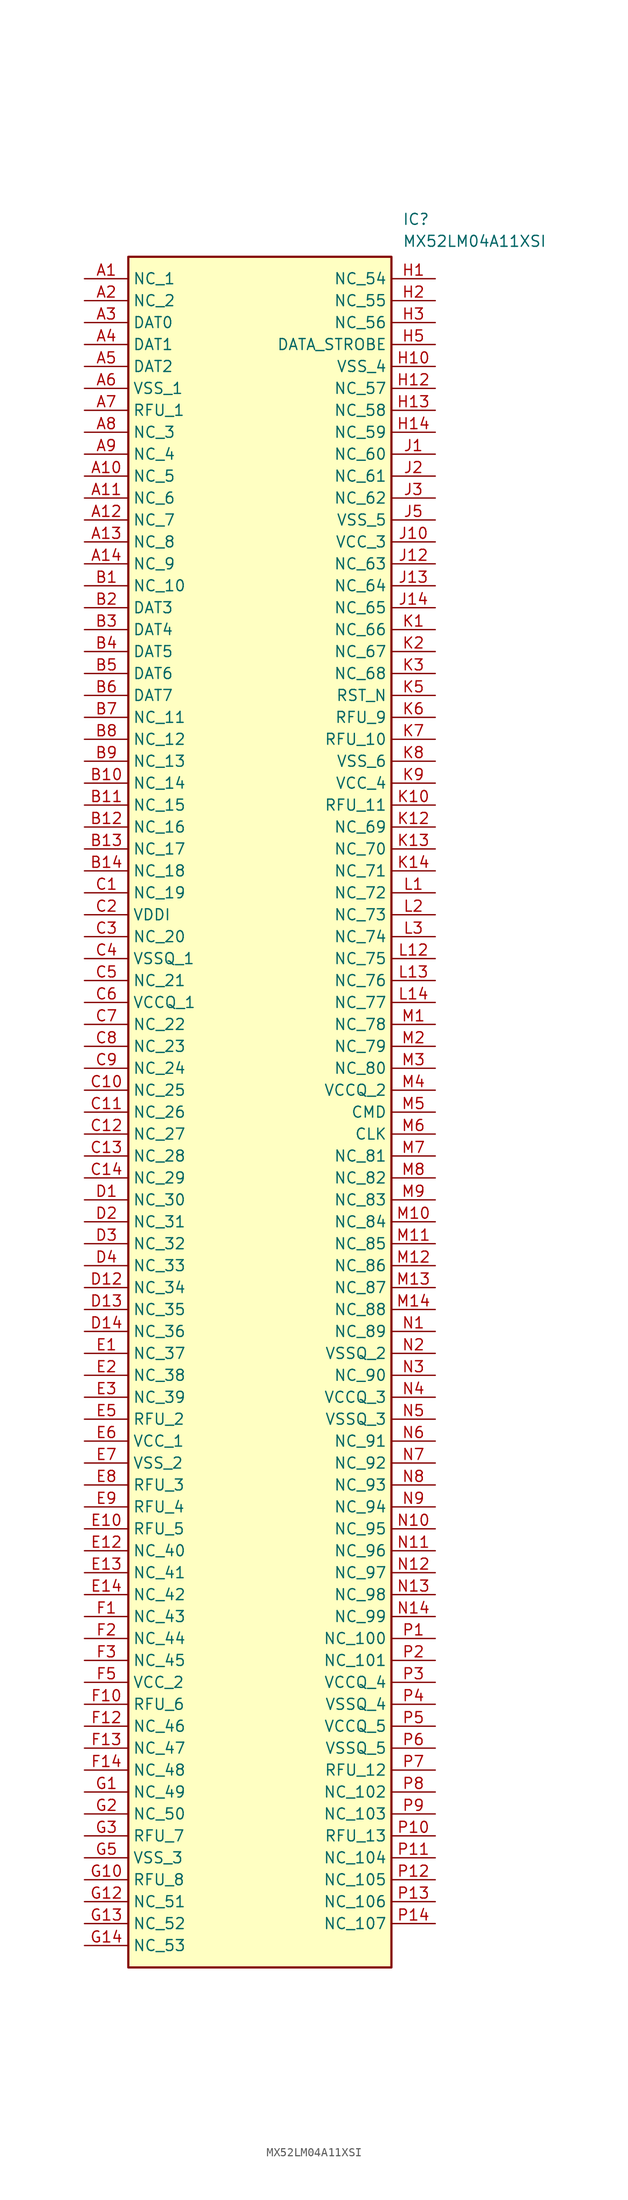
<source format=kicad_sym>
(kicad_symbol_lib
  (version 20211014)
  (generator SamacSys_ECAD_Model)
  (symbol "MX52LM04A11XSI"
    (property "Reference" "IC"
      (at 36.83 7.62 0)
      (effects (font (size 1.27 1.27)) (justify left top)))
    (property "Value" "MX52LM04A11XSI"
      (at 36.83 5.08 0)
      (effects (font (size 1.27 1.27)) (justify left top)))
    (rectangle
      (start 5.08 2.54)
      (end 35.56 -195.58)
      (stroke (width 0.254) (type default))
      (fill (type background)))
    (pin passive line
      (at 0 0 0)
      (length 5.08)
      (name "NC_1" (effects (font (size 1.27 1.27))))
      (number "A1" (effects (font (size 1.27 1.27)))))
    (pin passive line
      (at 0 -2.54 0)
      (length 5.08)
      (name "NC_2" (effects (font (size 1.27 1.27))))
      (number "A2" (effects (font (size 1.27 1.27)))))
    (pin passive line
      (at 0 -5.08 0)
      (length 5.08)
      (name "DAT0" (effects (font (size 1.27 1.27))))
      (number "A3" (effects (font (size 1.27 1.27)))))
    (pin passive line
      (at 0 -7.62 0)
      (length 5.08)
      (name "DAT1" (effects (font (size 1.27 1.27))))
      (number "A4" (effects (font (size 1.27 1.27)))))
    (pin passive line
      (at 0 -10.16 0)
      (length 5.08)
      (name "DAT2" (effects (font (size 1.27 1.27))))
      (number "A5" (effects (font (size 1.27 1.27)))))
    (pin passive line
      (at 0 -12.7 0)
      (length 5.08)
      (name "VSS_1" (effects (font (size 1.27 1.27))))
      (number "A6" (effects (font (size 1.27 1.27)))))
    (pin passive line
      (at 0 -15.24 0)
      (length 5.08)
      (name "RFU_1" (effects (font (size 1.27 1.27))))
      (number "A7" (effects (font (size 1.27 1.27)))))
    (pin passive line
      (at 0 -17.78 0)
      (length 5.08)
      (name "NC_3" (effects (font (size 1.27 1.27))))
      (number "A8" (effects (font (size 1.27 1.27)))))
    (pin passive line
      (at 0 -20.32 0)
      (length 5.08)
      (name "NC_4" (effects (font (size 1.27 1.27))))
      (number "A9" (effects (font (size 1.27 1.27)))))
    (pin passive line
      (at 0 -22.86 0)
      (length 5.08)
      (name "NC_5" (effects (font (size 1.27 1.27))))
      (number "A10" (effects (font (size 1.27 1.27)))))
    (pin passive line
      (at 0 -25.4 0)
      (length 5.08)
      (name "NC_6" (effects (font (size 1.27 1.27))))
      (number "A11" (effects (font (size 1.27 1.27)))))
    (pin passive line
      (at 0 -27.94 0)
      (length 5.08)
      (name "NC_7" (effects (font (size 1.27 1.27))))
      (number "A12" (effects (font (size 1.27 1.27)))))
    (pin passive line
      (at 0 -30.48 0)
      (length 5.08)
      (name "NC_8" (effects (font (size 1.27 1.27))))
      (number "A13" (effects (font (size 1.27 1.27)))))
    (pin passive line
      (at 0 -33.02 0)
      (length 5.08)
      (name "NC_9" (effects (font (size 1.27 1.27))))
      (number "A14" (effects (font (size 1.27 1.27)))))
    (pin passive line
      (at 0 -35.56 0)
      (length 5.08)
      (name "NC_10" (effects (font (size 1.27 1.27))))
      (number "B1" (effects (font (size 1.27 1.27)))))
    (pin passive line
      (at 0 -38.1 0)
      (length 5.08)
      (name "DAT3" (effects (font (size 1.27 1.27))))
      (number "B2" (effects (font (size 1.27 1.27)))))
    (pin passive line
      (at 0 -40.64 0)
      (length 5.08)
      (name "DAT4" (effects (font (size 1.27 1.27))))
      (number "B3" (effects (font (size 1.27 1.27)))))
    (pin passive line
      (at 0 -43.18 0)
      (length 5.08)
      (name "DAT5" (effects (font (size 1.27 1.27))))
      (number "B4" (effects (font (size 1.27 1.27)))))
    (pin passive line
      (at 0 -45.72 0)
      (length 5.08)
      (name "DAT6" (effects (font (size 1.27 1.27))))
      (number "B5" (effects (font (size 1.27 1.27)))))
    (pin passive line
      (at 0 -48.26 0)
      (length 5.08)
      (name "DAT7" (effects (font (size 1.27 1.27))))
      (number "B6" (effects (font (size 1.27 1.27)))))
    (pin passive line
      (at 0 -50.8 0)
      (length 5.08)
      (name "NC_11" (effects (font (size 1.27 1.27))))
      (number "B7" (effects (font (size 1.27 1.27)))))
    (pin passive line
      (at 0 -53.34 0)
      (length 5.08)
      (name "NC_12" (effects (font (size 1.27 1.27))))
      (number "B8" (effects (font (size 1.27 1.27)))))
    (pin passive line
      (at 0 -55.88 0)
      (length 5.08)
      (name "NC_13" (effects (font (size 1.27 1.27))))
      (number "B9" (effects (font (size 1.27 1.27)))))
    (pin passive line
      (at 0 -58.42 0)
      (length 5.08)
      (name "NC_14" (effects (font (size 1.27 1.27))))
      (number "B10" (effects (font (size 1.27 1.27)))))
    (pin passive line
      (at 0 -60.96 0)
      (length 5.08)
      (name "NC_15" (effects (font (size 1.27 1.27))))
      (number "B11" (effects (font (size 1.27 1.27)))))
    (pin passive line
      (at 0 -63.5 0)
      (length 5.08)
      (name "NC_16" (effects (font (size 1.27 1.27))))
      (number "B12" (effects (font (size 1.27 1.27)))))
    (pin passive line
      (at 0 -66.04 0)
      (length 5.08)
      (name "NC_17" (effects (font (size 1.27 1.27))))
      (number "B13" (effects (font (size 1.27 1.27)))))
    (pin passive line
      (at 0 -68.58 0)
      (length 5.08)
      (name "NC_18" (effects (font (size 1.27 1.27))))
      (number "B14" (effects (font (size 1.27 1.27)))))
    (pin passive line
      (at 0 -71.12 0)
      (length 5.08)
      (name "NC_19" (effects (font (size 1.27 1.27))))
      (number "C1" (effects (font (size 1.27 1.27)))))
    (pin passive line
      (at 0 -73.66 0)
      (length 5.08)
      (name "VDDI" (effects (font (size 1.27 1.27))))
      (number "C2" (effects (font (size 1.27 1.27)))))
    (pin passive line
      (at 0 -76.2 0)
      (length 5.08)
      (name "NC_20" (effects (font (size 1.27 1.27))))
      (number "C3" (effects (font (size 1.27 1.27)))))
    (pin passive line
      (at 0 -78.74 0)
      (length 5.08)
      (name "VSSQ_1" (effects (font (size 1.27 1.27))))
      (number "C4" (effects (font (size 1.27 1.27)))))
    (pin passive line
      (at 0 -81.28 0)
      (length 5.08)
      (name "NC_21" (effects (font (size 1.27 1.27))))
      (number "C5" (effects (font (size 1.27 1.27)))))
    (pin passive line
      (at 0 -83.82 0)
      (length 5.08)
      (name "VCCQ_1" (effects (font (size 1.27 1.27))))
      (number "C6" (effects (font (size 1.27 1.27)))))
    (pin passive line
      (at 0 -86.36 0)
      (length 5.08)
      (name "NC_22" (effects (font (size 1.27 1.27))))
      (number "C7" (effects (font (size 1.27 1.27)))))
    (pin passive line
      (at 0 -88.9 0)
      (length 5.08)
      (name "NC_23" (effects (font (size 1.27 1.27))))
      (number "C8" (effects (font (size 1.27 1.27)))))
    (pin passive line
      (at 0 -91.44 0)
      (length 5.08)
      (name "NC_24" (effects (font (size 1.27 1.27))))
      (number "C9" (effects (font (size 1.27 1.27)))))
    (pin passive line
      (at 0 -93.98 0)
      (length 5.08)
      (name "NC_25" (effects (font (size 1.27 1.27))))
      (number "C10" (effects (font (size 1.27 1.27)))))
    (pin passive line
      (at 0 -96.52 0)
      (length 5.08)
      (name "NC_26" (effects (font (size 1.27 1.27))))
      (number "C11" (effects (font (size 1.27 1.27)))))
    (pin passive line
      (at 0 -99.06 0)
      (length 5.08)
      (name "NC_27" (effects (font (size 1.27 1.27))))
      (number "C12" (effects (font (size 1.27 1.27)))))
    (pin passive line
      (at 0 -101.6 0)
      (length 5.08)
      (name "NC_28" (effects (font (size 1.27 1.27))))
      (number "C13" (effects (font (size 1.27 1.27)))))
    (pin passive line
      (at 0 -104.14 0)
      (length 5.08)
      (name "NC_29" (effects (font (size 1.27 1.27))))
      (number "C14" (effects (font (size 1.27 1.27)))))
    (pin passive line
      (at 0 -106.68 0)
      (length 5.08)
      (name "NC_30" (effects (font (size 1.27 1.27))))
      (number "D1" (effects (font (size 1.27 1.27)))))
    (pin passive line
      (at 0 -109.22 0)
      (length 5.08)
      (name "NC_31" (effects (font (size 1.27 1.27))))
      (number "D2" (effects (font (size 1.27 1.27)))))
    (pin passive line
      (at 0 -111.76 0)
      (length 5.08)
      (name "NC_32" (effects (font (size 1.27 1.27))))
      (number "D3" (effects (font (size 1.27 1.27)))))
    (pin passive line
      (at 0 -114.3 0)
      (length 5.08)
      (name "NC_33" (effects (font (size 1.27 1.27))))
      (number "D4" (effects (font (size 1.27 1.27)))))
    (pin passive line
      (at 0 -116.84 0)
      (length 5.08)
      (name "NC_34" (effects (font (size 1.27 1.27))))
      (number "D12" (effects (font (size 1.27 1.27)))))
    (pin passive line
      (at 0 -119.38 0)
      (length 5.08)
      (name "NC_35" (effects (font (size 1.27 1.27))))
      (number "D13" (effects (font (size 1.27 1.27)))))
    (pin passive line
      (at 0 -121.92 0)
      (length 5.08)
      (name "NC_36" (effects (font (size 1.27 1.27))))
      (number "D14" (effects (font (size 1.27 1.27)))))
    (pin passive line
      (at 0 -124.46 0)
      (length 5.08)
      (name "NC_37" (effects (font (size 1.27 1.27))))
      (number "E1" (effects (font (size 1.27 1.27)))))
    (pin passive line
      (at 0 -127 0)
      (length 5.08)
      (name "NC_38" (effects (font (size 1.27 1.27))))
      (number "E2" (effects (font (size 1.27 1.27)))))
    (pin passive line
      (at 0 -129.54 0)
      (length 5.08)
      (name "NC_39" (effects (font (size 1.27 1.27))))
      (number "E3" (effects (font (size 1.27 1.27)))))
    (pin passive line
      (at 0 -132.08 0)
      (length 5.08)
      (name "RFU_2" (effects (font (size 1.27 1.27))))
      (number "E5" (effects (font (size 1.27 1.27)))))
    (pin passive line
      (at 0 -134.62 0)
      (length 5.08)
      (name "VCC_1" (effects (font (size 1.27 1.27))))
      (number "E6" (effects (font (size 1.27 1.27)))))
    (pin passive line
      (at 0 -137.16 0)
      (length 5.08)
      (name "VSS_2" (effects (font (size 1.27 1.27))))
      (number "E7" (effects (font (size 1.27 1.27)))))
    (pin passive line
      (at 0 -139.7 0)
      (length 5.08)
      (name "RFU_3" (effects (font (size 1.27 1.27))))
      (number "E8" (effects (font (size 1.27 1.27)))))
    (pin passive line
      (at 0 -142.24 0)
      (length 5.08)
      (name "RFU_4" (effects (font (size 1.27 1.27))))
      (number "E9" (effects (font (size 1.27 1.27)))))
    (pin passive line
      (at 0 -144.78 0)
      (length 5.08)
      (name "RFU_5" (effects (font (size 1.27 1.27))))
      (number "E10" (effects (font (size 1.27 1.27)))))
    (pin passive line
      (at 0 -147.32 0)
      (length 5.08)
      (name "NC_40" (effects (font (size 1.27 1.27))))
      (number "E12" (effects (font (size 1.27 1.27)))))
    (pin passive line
      (at 0 -149.86 0)
      (length 5.08)
      (name "NC_41" (effects (font (size 1.27 1.27))))
      (number "E13" (effects (font (size 1.27 1.27)))))
    (pin passive line
      (at 0 -152.4 0)
      (length 5.08)
      (name "NC_42" (effects (font (size 1.27 1.27))))
      (number "E14" (effects (font (size 1.27 1.27)))))
    (pin passive line
      (at 0 -154.94 0)
      (length 5.08)
      (name "NC_43" (effects (font (size 1.27 1.27))))
      (number "F1" (effects (font (size 1.27 1.27)))))
    (pin passive line
      (at 0 -157.48 0)
      (length 5.08)
      (name "NC_44" (effects (font (size 1.27 1.27))))
      (number "F2" (effects (font (size 1.27 1.27)))))
    (pin passive line
      (at 0 -160.02 0)
      (length 5.08)
      (name "NC_45" (effects (font (size 1.27 1.27))))
      (number "F3" (effects (font (size 1.27 1.27)))))
    (pin passive line
      (at 0 -162.56 0)
      (length 5.08)
      (name "VCC_2" (effects (font (size 1.27 1.27))))
      (number "F5" (effects (font (size 1.27 1.27)))))
    (pin passive line
      (at 0 -165.1 0)
      (length 5.08)
      (name "RFU_6" (effects (font (size 1.27 1.27))))
      (number "F10" (effects (font (size 1.27 1.27)))))
    (pin passive line
      (at 0 -167.64 0)
      (length 5.08)
      (name "NC_46" (effects (font (size 1.27 1.27))))
      (number "F12" (effects (font (size 1.27 1.27)))))
    (pin passive line
      (at 0 -170.18 0)
      (length 5.08)
      (name "NC_47" (effects (font (size 1.27 1.27))))
      (number "F13" (effects (font (size 1.27 1.27)))))
    (pin passive line
      (at 0 -172.72 0)
      (length 5.08)
      (name "NC_48" (effects (font (size 1.27 1.27))))
      (number "F14" (effects (font (size 1.27 1.27)))))
    (pin passive line
      (at 0 -175.26 0)
      (length 5.08)
      (name "NC_49" (effects (font (size 1.27 1.27))))
      (number "G1" (effects (font (size 1.27 1.27)))))
    (pin passive line
      (at 0 -177.8 0)
      (length 5.08)
      (name "NC_50" (effects (font (size 1.27 1.27))))
      (number "G2" (effects (font (size 1.27 1.27)))))
    (pin passive line
      (at 0 -180.34 0)
      (length 5.08)
      (name "RFU_7" (effects (font (size 1.27 1.27))))
      (number "G3" (effects (font (size 1.27 1.27)))))
    (pin passive line
      (at 0 -182.88 0)
      (length 5.08)
      (name "VSS_3" (effects (font (size 1.27 1.27))))
      (number "G5" (effects (font (size 1.27 1.27)))))
    (pin passive line
      (at 0 -185.42 0)
      (length 5.08)
      (name "RFU_8" (effects (font (size 1.27 1.27))))
      (number "G10" (effects (font (size 1.27 1.27)))))
    (pin passive line
      (at 0 -187.96 0)
      (length 5.08)
      (name "NC_51" (effects (font (size 1.27 1.27))))
      (number "G12" (effects (font (size 1.27 1.27)))))
    (pin passive line
      (at 0 -190.5 0)
      (length 5.08)
      (name "NC_52" (effects (font (size 1.27 1.27))))
      (number "G13" (effects (font (size 1.27 1.27)))))
    (pin passive line
      (at 0 -193.04 0)
      (length 5.08)
      (name "NC_53" (effects (font (size 1.27 1.27))))
      (number "G14" (effects (font (size 1.27 1.27)))))
    (pin passive line
      (at 40.64 0 180)
      (length 5.08)
      (name "NC_54" (effects (font (size 1.27 1.27))))
      (number "H1" (effects (font (size 1.27 1.27)))))
    (pin passive line
      (at 40.64 -2.54 180)
      (length 5.08)
      (name "NC_55" (effects (font (size 1.27 1.27))))
      (number "H2" (effects (font (size 1.27 1.27)))))
    (pin passive line
      (at 40.64 -5.08 180)
      (length 5.08)
      (name "NC_56" (effects (font (size 1.27 1.27))))
      (number "H3" (effects (font (size 1.27 1.27)))))
    (pin passive line
      (at 40.64 -7.62 180)
      (length 5.08)
      (name "DATA_STROBE" (effects (font (size 1.27 1.27))))
      (number "H5" (effects (font (size 1.27 1.27)))))
    (pin passive line
      (at 40.64 -10.16 180)
      (length 5.08)
      (name "VSS_4" (effects (font (size 1.27 1.27))))
      (number "H10" (effects (font (size 1.27 1.27)))))
    (pin passive line
      (at 40.64 -12.7 180)
      (length 5.08)
      (name "NC_57" (effects (font (size 1.27 1.27))))
      (number "H12" (effects (font (size 1.27 1.27)))))
    (pin passive line
      (at 40.64 -15.24 180)
      (length 5.08)
      (name "NC_58" (effects (font (size 1.27 1.27))))
      (number "H13" (effects (font (size 1.27 1.27)))))
    (pin passive line
      (at 40.64 -17.78 180)
      (length 5.08)
      (name "NC_59" (effects (font (size 1.27 1.27))))
      (number "H14" (effects (font (size 1.27 1.27)))))
    (pin passive line
      (at 40.64 -20.32 180)
      (length 5.08)
      (name "NC_60" (effects (font (size 1.27 1.27))))
      (number "J1" (effects (font (size 1.27 1.27)))))
    (pin passive line
      (at 40.64 -22.86 180)
      (length 5.08)
      (name "NC_61" (effects (font (size 1.27 1.27))))
      (number "J2" (effects (font (size 1.27 1.27)))))
    (pin passive line
      (at 40.64 -25.4 180)
      (length 5.08)
      (name "NC_62" (effects (font (size 1.27 1.27))))
      (number "J3" (effects (font (size 1.27 1.27)))))
    (pin passive line
      (at 40.64 -27.94 180)
      (length 5.08)
      (name "VSS_5" (effects (font (size 1.27 1.27))))
      (number "J5" (effects (font (size 1.27 1.27)))))
    (pin passive line
      (at 40.64 -30.48 180)
      (length 5.08)
      (name "VCC_3" (effects (font (size 1.27 1.27))))
      (number "J10" (effects (font (size 1.27 1.27)))))
    (pin passive line
      (at 40.64 -33.02 180)
      (length 5.08)
      (name "NC_63" (effects (font (size 1.27 1.27))))
      (number "J12" (effects (font (size 1.27 1.27)))))
    (pin passive line
      (at 40.64 -35.56 180)
      (length 5.08)
      (name "NC_64" (effects (font (size 1.27 1.27))))
      (number "J13" (effects (font (size 1.27 1.27)))))
    (pin passive line
      (at 40.64 -38.1 180)
      (length 5.08)
      (name "NC_65" (effects (font (size 1.27 1.27))))
      (number "J14" (effects (font (size 1.27 1.27)))))
    (pin passive line
      (at 40.64 -40.64 180)
      (length 5.08)
      (name "NC_66" (effects (font (size 1.27 1.27))))
      (number "K1" (effects (font (size 1.27 1.27)))))
    (pin passive line
      (at 40.64 -43.18 180)
      (length 5.08)
      (name "NC_67" (effects (font (size 1.27 1.27))))
      (number "K2" (effects (font (size 1.27 1.27)))))
    (pin passive line
      (at 40.64 -45.72 180)
      (length 5.08)
      (name "NC_68" (effects (font (size 1.27 1.27))))
      (number "K3" (effects (font (size 1.27 1.27)))))
    (pin passive line
      (at 40.64 -48.26 180)
      (length 5.08)
      (name "RST_N" (effects (font (size 1.27 1.27))))
      (number "K5" (effects (font (size 1.27 1.27)))))
    (pin passive line
      (at 40.64 -50.8 180)
      (length 5.08)
      (name "RFU_9" (effects (font (size 1.27 1.27))))
      (number "K6" (effects (font (size 1.27 1.27)))))
    (pin passive line
      (at 40.64 -53.34 180)
      (length 5.08)
      (name "RFU_10" (effects (font (size 1.27 1.27))))
      (number "K7" (effects (font (size 1.27 1.27)))))
    (pin passive line
      (at 40.64 -55.88 180)
      (length 5.08)
      (name "VSS_6" (effects (font (size 1.27 1.27))))
      (number "K8" (effects (font (size 1.27 1.27)))))
    (pin passive line
      (at 40.64 -58.42 180)
      (length 5.08)
      (name "VCC_4" (effects (font (size 1.27 1.27))))
      (number "K9" (effects (font (size 1.27 1.27)))))
    (pin passive line
      (at 40.64 -60.96 180)
      (length 5.08)
      (name "RFU_11" (effects (font (size 1.27 1.27))))
      (number "K10" (effects (font (size 1.27 1.27)))))
    (pin passive line
      (at 40.64 -63.5 180)
      (length 5.08)
      (name "NC_69" (effects (font (size 1.27 1.27))))
      (number "K12" (effects (font (size 1.27 1.27)))))
    (pin passive line
      (at 40.64 -66.04 180)
      (length 5.08)
      (name "NC_70" (effects (font (size 1.27 1.27))))
      (number "K13" (effects (font (size 1.27 1.27)))))
    (pin passive line
      (at 40.64 -68.58 180)
      (length 5.08)
      (name "NC_71" (effects (font (size 1.27 1.27))))
      (number "K14" (effects (font (size 1.27 1.27)))))
    (pin passive line
      (at 40.64 -71.12 180)
      (length 5.08)
      (name "NC_72" (effects (font (size 1.27 1.27))))
      (number "L1" (effects (font (size 1.27 1.27)))))
    (pin passive line
      (at 40.64 -73.66 180)
      (length 5.08)
      (name "NC_73" (effects (font (size 1.27 1.27))))
      (number "L2" (effects (font (size 1.27 1.27)))))
    (pin passive line
      (at 40.64 -76.2 180)
      (length 5.08)
      (name "NC_74" (effects (font (size 1.27 1.27))))
      (number "L3" (effects (font (size 1.27 1.27)))))
    (pin passive line
      (at 40.64 -78.74 180)
      (length 5.08)
      (name "NC_75" (effects (font (size 1.27 1.27))))
      (number "L12" (effects (font (size 1.27 1.27)))))
    (pin passive line
      (at 40.64 -81.28 180)
      (length 5.08)
      (name "NC_76" (effects (font (size 1.27 1.27))))
      (number "L13" (effects (font (size 1.27 1.27)))))
    (pin passive line
      (at 40.64 -83.82 180)
      (length 5.08)
      (name "NC_77" (effects (font (size 1.27 1.27))))
      (number "L14" (effects (font (size 1.27 1.27)))))
    (pin passive line
      (at 40.64 -86.36 180)
      (length 5.08)
      (name "NC_78" (effects (font (size 1.27 1.27))))
      (number "M1" (effects (font (size 1.27 1.27)))))
    (pin passive line
      (at 40.64 -88.9 180)
      (length 5.08)
      (name "NC_79" (effects (font (size 1.27 1.27))))
      (number "M2" (effects (font (size 1.27 1.27)))))
    (pin passive line
      (at 40.64 -91.44 180)
      (length 5.08)
      (name "NC_80" (effects (font (size 1.27 1.27))))
      (number "M3" (effects (font (size 1.27 1.27)))))
    (pin passive line
      (at 40.64 -93.98 180)
      (length 5.08)
      (name "VCCQ_2" (effects (font (size 1.27 1.27))))
      (number "M4" (effects (font (size 1.27 1.27)))))
    (pin passive line
      (at 40.64 -96.52 180)
      (length 5.08)
      (name "CMD" (effects (font (size 1.27 1.27))))
      (number "M5" (effects (font (size 1.27 1.27)))))
    (pin passive line
      (at 40.64 -99.06 180)
      (length 5.08)
      (name "CLK" (effects (font (size 1.27 1.27))))
      (number "M6" (effects (font (size 1.27 1.27)))))
    (pin passive line
      (at 40.64 -101.6 180)
      (length 5.08)
      (name "NC_81" (effects (font (size 1.27 1.27))))
      (number "M7" (effects (font (size 1.27 1.27)))))
    (pin passive line
      (at 40.64 -104.14 180)
      (length 5.08)
      (name "NC_82" (effects (font (size 1.27 1.27))))
      (number "M8" (effects (font (size 1.27 1.27)))))
    (pin passive line
      (at 40.64 -106.68 180)
      (length 5.08)
      (name "NC_83" (effects (font (size 1.27 1.27))))
      (number "M9" (effects (font (size 1.27 1.27)))))
    (pin passive line
      (at 40.64 -109.22 180)
      (length 5.08)
      (name "NC_84" (effects (font (size 1.27 1.27))))
      (number "M10" (effects (font (size 1.27 1.27)))))
    (pin passive line
      (at 40.64 -111.76 180)
      (length 5.08)
      (name "NC_85" (effects (font (size 1.27 1.27))))
      (number "M11" (effects (font (size 1.27 1.27)))))
    (pin passive line
      (at 40.64 -114.3 180)
      (length 5.08)
      (name "NC_86" (effects (font (size 1.27 1.27))))
      (number "M12" (effects (font (size 1.27 1.27)))))
    (pin passive line
      (at 40.64 -116.84 180)
      (length 5.08)
      (name "NC_87" (effects (font (size 1.27 1.27))))
      (number "M13" (effects (font (size 1.27 1.27)))))
    (pin passive line
      (at 40.64 -119.38 180)
      (length 5.08)
      (name "NC_88" (effects (font (size 1.27 1.27))))
      (number "M14" (effects (font (size 1.27 1.27)))))
    (pin passive line
      (at 40.64 -121.92 180)
      (length 5.08)
      (name "NC_89" (effects (font (size 1.27 1.27))))
      (number "N1" (effects (font (size 1.27 1.27)))))
    (pin passive line
      (at 40.64 -124.46 180)
      (length 5.08)
      (name "VSSQ_2" (effects (font (size 1.27 1.27))))
      (number "N2" (effects (font (size 1.27 1.27)))))
    (pin passive line
      (at 40.64 -127 180)
      (length 5.08)
      (name "NC_90" (effects (font (size 1.27 1.27))))
      (number "N3" (effects (font (size 1.27 1.27)))))
    (pin passive line
      (at 40.64 -129.54 180)
      (length 5.08)
      (name "VCCQ_3" (effects (font (size 1.27 1.27))))
      (number "N4" (effects (font (size 1.27 1.27)))))
    (pin passive line
      (at 40.64 -132.08 180)
      (length 5.08)
      (name "VSSQ_3" (effects (font (size 1.27 1.27))))
      (number "N5" (effects (font (size 1.27 1.27)))))
    (pin passive line
      (at 40.64 -134.62 180)
      (length 5.08)
      (name "NC_91" (effects (font (size 1.27 1.27))))
      (number "N6" (effects (font (size 1.27 1.27)))))
    (pin passive line
      (at 40.64 -137.16 180)
      (length 5.08)
      (name "NC_92" (effects (font (size 1.27 1.27))))
      (number "N7" (effects (font (size 1.27 1.27)))))
    (pin passive line
      (at 40.64 -139.7 180)
      (length 5.08)
      (name "NC_93" (effects (font (size 1.27 1.27))))
      (number "N8" (effects (font (size 1.27 1.27)))))
    (pin passive line
      (at 40.64 -142.24 180)
      (length 5.08)
      (name "NC_94" (effects (font (size 1.27 1.27))))
      (number "N9" (effects (font (size 1.27 1.27)))))
    (pin passive line
      (at 40.64 -144.78 180)
      (length 5.08)
      (name "NC_95" (effects (font (size 1.27 1.27))))
      (number "N10" (effects (font (size 1.27 1.27)))))
    (pin passive line
      (at 40.64 -147.32 180)
      (length 5.08)
      (name "NC_96" (effects (font (size 1.27 1.27))))
      (number "N11" (effects (font (size 1.27 1.27)))))
    (pin passive line
      (at 40.64 -149.86 180)
      (length 5.08)
      (name "NC_97" (effects (font (size 1.27 1.27))))
      (number "N12" (effects (font (size 1.27 1.27)))))
    (pin passive line
      (at 40.64 -152.4 180)
      (length 5.08)
      (name "NC_98" (effects (font (size 1.27 1.27))))
      (number "N13" (effects (font (size 1.27 1.27)))))
    (pin passive line
      (at 40.64 -154.94 180)
      (length 5.08)
      (name "NC_99" (effects (font (size 1.27 1.27))))
      (number "N14" (effects (font (size 1.27 1.27)))))
    (pin passive line
      (at 40.64 -157.48 180)
      (length 5.08)
      (name "NC_100" (effects (font (size 1.27 1.27))))
      (number "P1" (effects (font (size 1.27 1.27)))))
    (pin passive line
      (at 40.64 -160.02 180)
      (length 5.08)
      (name "NC_101" (effects (font (size 1.27 1.27))))
      (number "P2" (effects (font (size 1.27 1.27)))))
    (pin passive line
      (at 40.64 -162.56 180)
      (length 5.08)
      (name "VCCQ_4" (effects (font (size 1.27 1.27))))
      (number "P3" (effects (font (size 1.27 1.27)))))
    (pin passive line
      (at 40.64 -165.1 180)
      (length 5.08)
      (name "VSSQ_4" (effects (font (size 1.27 1.27))))
      (number "P4" (effects (font (size 1.27 1.27)))))
    (pin passive line
      (at 40.64 -167.64 180)
      (length 5.08)
      (name "VCCQ_5" (effects (font (size 1.27 1.27))))
      (number "P5" (effects (font (size 1.27 1.27)))))
    (pin passive line
      (at 40.64 -170.18 180)
      (length 5.08)
      (name "VSSQ_5" (effects (font (size 1.27 1.27))))
      (number "P6" (effects (font (size 1.27 1.27)))))
    (pin passive line
      (at 40.64 -172.72 180)
      (length 5.08)
      (name "RFU_12" (effects (font (size 1.27 1.27))))
      (number "P7" (effects (font (size 1.27 1.27)))))
    (pin passive line
      (at 40.64 -175.26 180)
      (length 5.08)
      (name "NC_102" (effects (font (size 1.27 1.27))))
      (number "P8" (effects (font (size 1.27 1.27)))))
    (pin passive line
      (at 40.64 -177.8 180)
      (length 5.08)
      (name "NC_103" (effects (font (size 1.27 1.27))))
      (number "P9" (effects (font (size 1.27 1.27)))))
    (pin passive line
      (at 40.64 -180.34 180)
      (length 5.08)
      (name "RFU_13" (effects (font (size 1.27 1.27))))
      (number "P10" (effects (font (size 1.27 1.27)))))
    (pin passive line
      (at 40.64 -182.88 180)
      (length 5.08)
      (name "NC_104" (effects (font (size 1.27 1.27))))
      (number "P11" (effects (font (size 1.27 1.27)))))
    (pin passive line
      (at 40.64 -185.42 180)
      (length 5.08)
      (name "NC_105" (effects (font (size 1.27 1.27))))
      (number "P12" (effects (font (size 1.27 1.27)))))
    (pin passive line
      (at 40.64 -187.96 180)
      (length 5.08)
      (name "NC_106" (effects (font (size 1.27 1.27))))
      (number "P13" (effects (font (size 1.27 1.27)))))
    (pin passive line
      (at 40.64 -190.5 180)
      (length 5.08)
      (name "NC_107" (effects (font (size 1.27 1.27))))
      (number "P14" (effects (font (size 1.27 1.27)))))))
</source>
